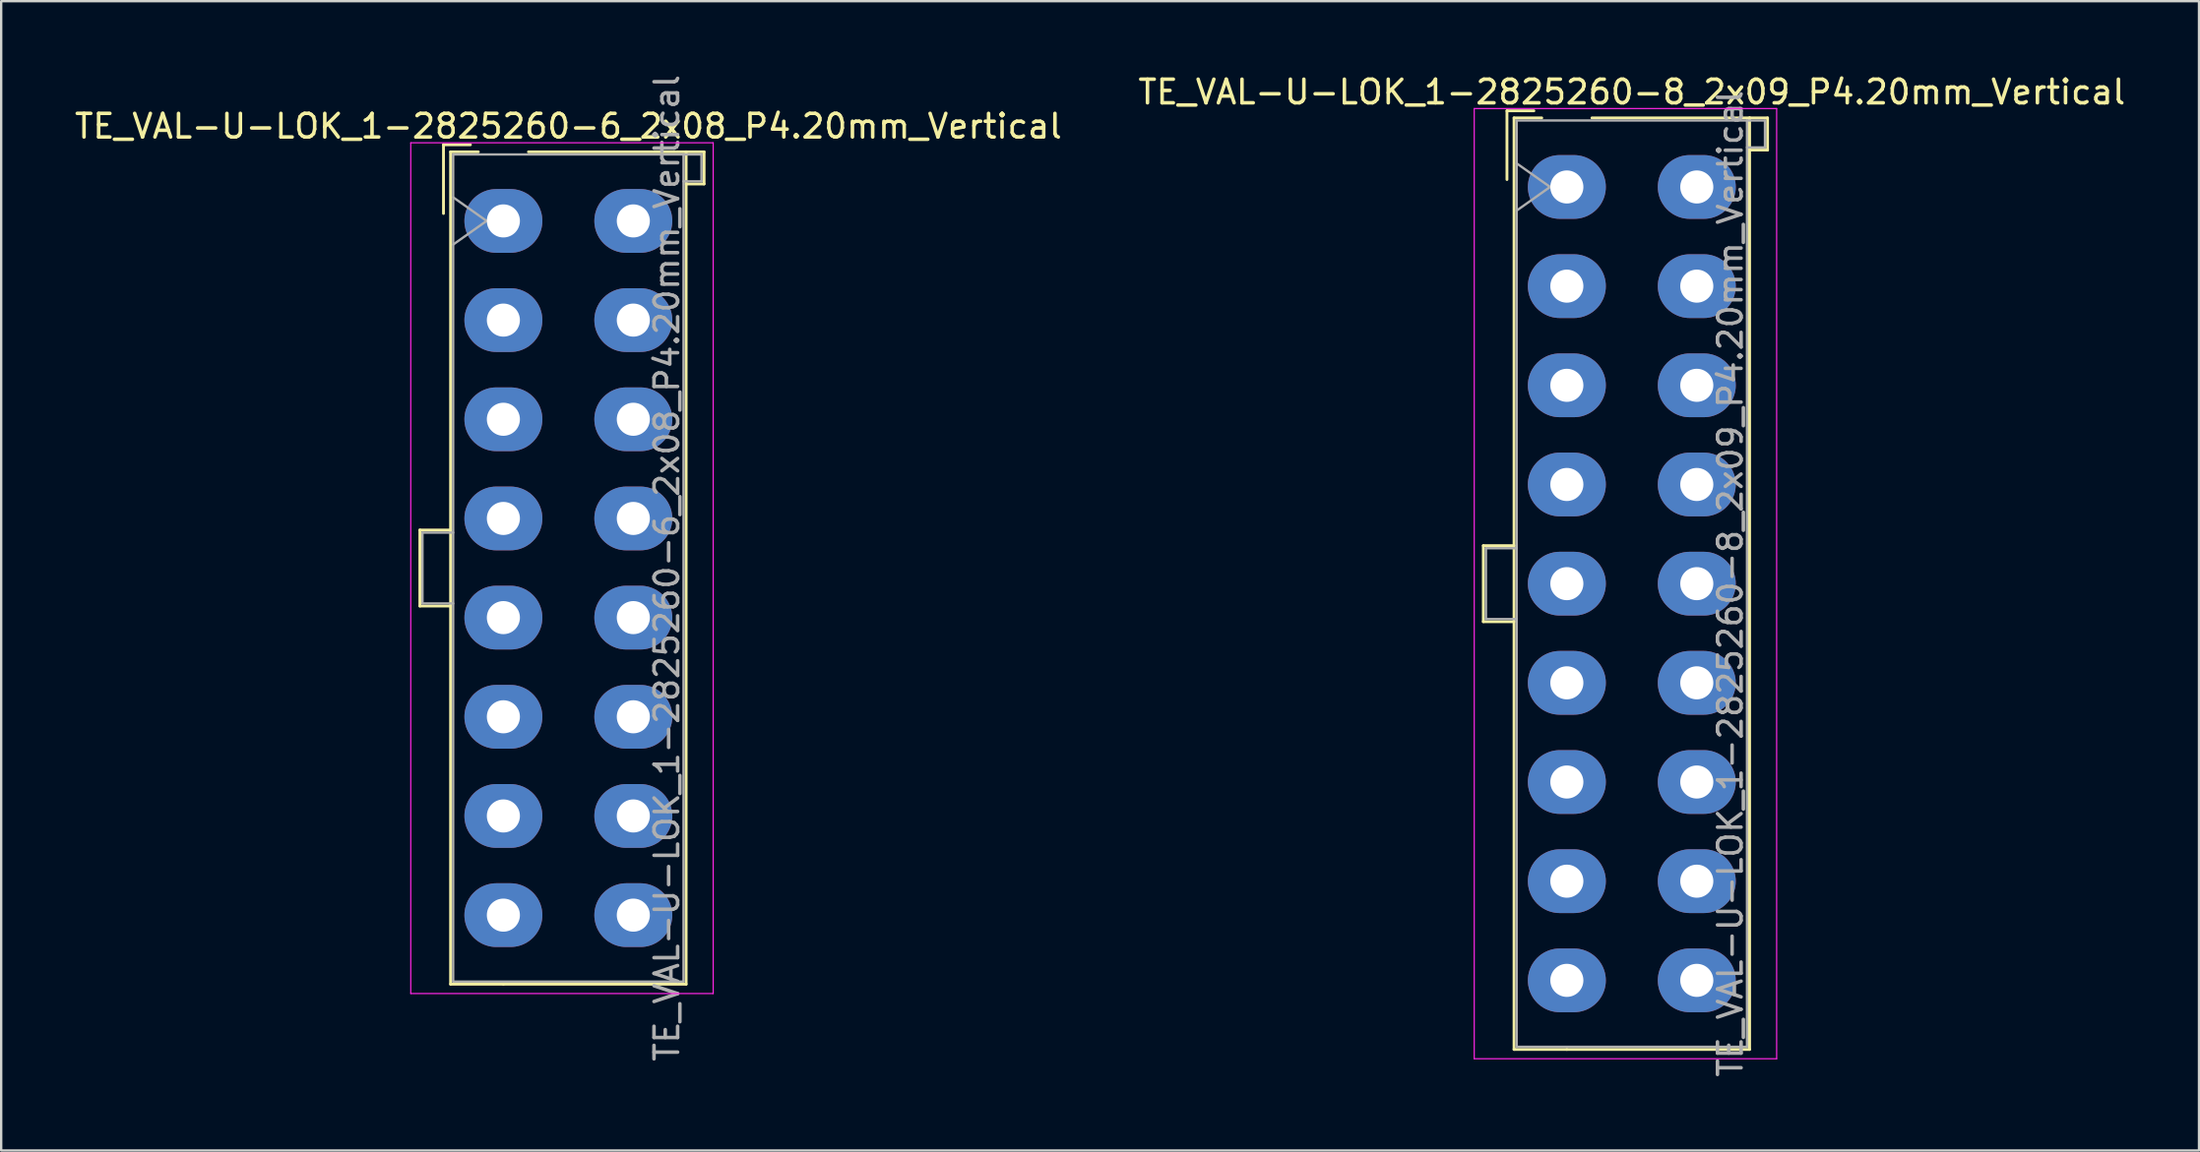
<source format=kicad_pcb>
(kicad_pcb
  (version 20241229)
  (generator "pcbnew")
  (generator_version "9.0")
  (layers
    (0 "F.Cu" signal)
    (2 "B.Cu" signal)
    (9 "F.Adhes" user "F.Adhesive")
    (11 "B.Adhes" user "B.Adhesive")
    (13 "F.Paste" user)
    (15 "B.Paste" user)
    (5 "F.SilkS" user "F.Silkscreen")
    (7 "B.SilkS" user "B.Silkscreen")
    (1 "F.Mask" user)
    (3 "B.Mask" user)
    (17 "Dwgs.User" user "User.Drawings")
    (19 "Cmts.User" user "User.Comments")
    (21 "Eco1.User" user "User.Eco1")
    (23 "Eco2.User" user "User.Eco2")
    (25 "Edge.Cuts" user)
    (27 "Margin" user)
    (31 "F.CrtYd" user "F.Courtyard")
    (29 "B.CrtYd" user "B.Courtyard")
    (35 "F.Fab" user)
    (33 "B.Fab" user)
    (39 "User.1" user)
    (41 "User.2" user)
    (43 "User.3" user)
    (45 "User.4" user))
  (footprint "TE_VAL-U-LOK_1-2825260-6_2x08_P4.20mm_Vertical"
    (layer "F.Cu")
    (at 18.256 6.306)
    (property "Reference" "TE_VAL-U-LOK_1-2825260-6_2x08_P4.20mm_Vertical" (at 2.75 -4.01 0) (layer "F.SilkS") (effects (font (size 1 1) (thickness 0.15))))
    (attr through_hole)
    (fp_line (start -3.535 13.09) (end -3.535 16.31) (stroke (width 0.12) (type solid)) (layer "F.SilkS"))
    (fp_line (start -3.535 16.31) (end -2.235 16.31) (stroke (width 0.12) (type solid)) (layer "F.SilkS"))
    (fp_line (start -2.535 -3.225) (end -2.535 -0.315) (stroke (width 0.12) (type solid)) (layer "F.SilkS"))
    (fp_line (start -2.235 -2.925) (end -2.235 32.325) (stroke (width 0.12) (type solid)) (layer "F.SilkS"))
    (fp_line (start -2.235 13.09) (end -3.535 13.09) (stroke (width 0.12) (type solid)) (layer "F.SilkS"))
    (fp_line (start -2.235 32.325) (end 0 32.325) (stroke (width 0.12) (type solid)) (layer "F.SilkS"))
    (fp_line (start -1.395 -3.225) (end -2.535 -3.225) (stroke (width 0.12) (type solid)) (layer "F.SilkS"))
    (fp_line (start -1.062 -2.925) (end -2.235 -2.925) (stroke (width 0.12) (type solid)) (layer "F.SilkS"))
    (fp_line (start 1.062 -2.925) (end 7.735 -2.925) (stroke (width 0.12) (type solid)) (layer "F.SilkS"))
    (fp_line (start 7.735 -2.925) (end 7.735 32.325) (stroke (width 0.12) (type solid)) (layer "F.SilkS"))
    (fp_line (start 7.735 -2.925) (end 8.495 -2.925) (stroke (width 0.12) (type solid)) (layer "F.SilkS"))
    (fp_line (start 7.735 32.325) (end 0 32.325) (stroke (width 0.12) (type solid)) (layer "F.SilkS"))
    (fp_line (start 8.495 -2.925) (end 8.495 -1.565) (stroke (width 0.12) (type solid)) (layer "F.SilkS"))
    (fp_line (start 8.495 -1.565) (end 7.735 -1.565) (stroke (width 0.12) (type solid)) (layer "F.SilkS"))
    (fp_line (start -3.92 -3.31) (end -3.92 32.72) (stroke (width 0.05) (type solid)) (layer "F.CrtYd"))
    (fp_line (start -3.92 32.72) (end 8.88 32.72) (stroke (width 0.05) (type solid)) (layer "F.CrtYd"))
    (fp_line (start 8.88 -3.31) (end -3.92 -3.31) (stroke (width 0.05) (type solid)) (layer "F.CrtYd"))
    (fp_line (start 8.88 32.72) (end 8.88 -3.31) (stroke (width 0.05) (type solid)) (layer "F.CrtYd"))
    (fp_line (start -3.425 13.2) (end -3.425 16.2) (stroke (width 0.1) (type solid)) (layer "F.Fab"))
    (fp_line (start -3.425 16.2) (end -2.125 16.2) (stroke (width 0.1) (type solid)) (layer "F.Fab"))
    (fp_line (start -2.125 -2.815) (end -2.125 32.215) (stroke (width 0.1) (type solid)) (layer "F.Fab"))
    (fp_line (start -2.125 -1) (end -0.711 0) (stroke (width 0.1) (type solid)) (layer "F.Fab"))
    (fp_line (start -2.125 13.2) (end -3.425 13.2) (stroke (width 0.1) (type solid)) (layer "F.Fab"))
    (fp_line (start -2.125 32.215) (end 7.625 32.215) (stroke (width 0.1) (type solid)) (layer "F.Fab"))
    (fp_line (start -0.711 0) (end -2.125 1) (stroke (width 0.1) (type solid)) (layer "F.Fab"))
    (fp_line (start 7.625 -2.815) (end -2.125 -2.815) (stroke (width 0.1) (type solid)) (layer "F.Fab"))
    (fp_line (start 7.625 -2.815) (end 8.385 -2.815) (stroke (width 0.1) (type solid)) (layer "F.Fab"))
    (fp_line (start 7.625 32.215) (end 7.625 -2.815) (stroke (width 0.1) (type solid)) (layer "F.Fab"))
    (fp_line (start 8.385 -2.815) (end 8.385 -1.675) (stroke (width 0.1) (type solid)) (layer "F.Fab"))
    (fp_line (start 8.385 -1.675) (end 7.625 -1.675) (stroke (width 0.1) (type solid)) (layer "F.Fab"))
    (fp_text user "${REFERENCE}" (at 6.92 14.7 90) (layer "F.Fab") (effects (font (size 1 1) (thickness 0.15))))
    (pad "1" thru_hole oval (at 0 0) (size 3.3 2.7) (drill 1.4) (layers "*.Cu" "*.Mask"))
    (pad "2" thru_hole oval (at 5.5 0) (size 3.3 2.7) (drill 1.4) (layers "*.Cu" "*.Mask"))
    (pad "3" thru_hole oval (at 0 4.2) (size 3.3 2.7) (drill 1.4) (layers "*.Cu" "*.Mask"))
    (pad "4" thru_hole oval (at 5.5 4.2) (size 3.3 2.7) (drill 1.4) (layers "*.Cu" "*.Mask"))
    (pad "5" thru_hole oval (at 0 8.4) (size 3.3 2.7) (drill 1.4) (layers "*.Cu" "*.Mask"))
    (pad "6" thru_hole oval (at 5.5 8.4) (size 3.3 2.7) (drill 1.4) (layers "*.Cu" "*.Mask"))
    (pad "7" thru_hole oval (at 0 12.6) (size 3.3 2.7) (drill 1.4) (layers "*.Cu" "*.Mask"))
    (pad "8" thru_hole oval (at 5.5 12.6) (size 3.3 2.7) (drill 1.4) (layers "*.Cu" "*.Mask"))
    (pad "9" thru_hole oval (at 0 16.8) (size 3.3 2.7) (drill 1.4) (layers "*.Cu" "*.Mask"))
    (pad "10" thru_hole oval (at 5.5 16.8) (size 3.3 2.7) (drill 1.4) (layers "*.Cu" "*.Mask"))
    (pad "11" thru_hole oval (at 0 21) (size 3.3 2.7) (drill 1.4) (layers "*.Cu" "*.Mask"))
    (pad "12" thru_hole oval (at 5.5 21) (size 3.3 2.7) (drill 1.4) (layers "*.Cu" "*.Mask"))
    (pad "13" thru_hole oval (at 0 25.2) (size 3.3 2.7) (drill 1.4) (layers "*.Cu" "*.Mask"))
    (pad "14" thru_hole oval (at 5.5 25.2) (size 3.3 2.7) (drill 1.4) (layers "*.Cu" "*.Mask"))
    (pad "15" thru_hole oval (at 0 29.4) (size 3.3 2.7) (drill 1.4) (layers "*.Cu" "*.Mask"))
    (pad "16" thru_hole oval (at 5.5 29.4) (size 3.3 2.7) (drill 1.4) (layers "*.Cu" "*.Mask")))
  (footprint "TE_VAL-U-LOK_1-2825260-8_2x09_P4.20mm_Vertical"
    (layer "F.Cu")
    (at 63.268 4.868)
    (property "Reference" "TE_VAL-U-LOK_1-2825260-8_2x09_P4.20mm_Vertical" (at 2.75 -4.02 0) (layer "F.SilkS") (effects (font (size 1 1) (thickness 0.15))))
    (attr through_hole)
    (fp_line (start -3.535 15.19) (end -3.535 18.41) (stroke (width 0.12) (type solid)) (layer "F.SilkS"))
    (fp_line (start -3.535 18.41) (end -2.235 18.41) (stroke (width 0.12) (type solid)) (layer "F.SilkS"))
    (fp_line (start -2.535 -3.225) (end -2.535 -0.315) (stroke (width 0.12) (type solid)) (layer "F.SilkS"))
    (fp_line (start -2.235 -2.925) (end -2.235 36.525) (stroke (width 0.12) (type solid)) (layer "F.SilkS"))
    (fp_line (start -2.235 15.19) (end -3.535 15.19) (stroke (width 0.12) (type solid)) (layer "F.SilkS"))
    (fp_line (start -2.235 36.525) (end 0 36.525) (stroke (width 0.12) (type solid)) (layer "F.SilkS"))
    (fp_line (start -1.395 -3.225) (end -2.535 -3.225) (stroke (width 0.12) (type solid)) (layer "F.SilkS"))
    (fp_line (start -1.062 -2.925) (end -2.235 -2.925) (stroke (width 0.12) (type solid)) (layer "F.SilkS"))
    (fp_line (start 1.062 -2.925) (end 7.735 -2.925) (stroke (width 0.12) (type solid)) (layer "F.SilkS"))
    (fp_line (start 7.735 -2.925) (end 7.735 36.525) (stroke (width 0.12) (type solid)) (layer "F.SilkS"))
    (fp_line (start 7.735 -2.925) (end 8.495 -2.925) (stroke (width 0.12) (type solid)) (layer "F.SilkS"))
    (fp_line (start 7.735 36.525) (end 0 36.525) (stroke (width 0.12) (type solid)) (layer "F.SilkS"))
    (fp_line (start 8.495 -2.925) (end 8.495 -1.565) (stroke (width 0.12) (type solid)) (layer "F.SilkS"))
    (fp_line (start 8.495 -1.565) (end 7.735 -1.565) (stroke (width 0.12) (type solid)) (layer "F.SilkS"))
    (fp_line (start -3.92 -3.32) (end -3.92 36.92) (stroke (width 0.05) (type solid)) (layer "F.CrtYd"))
    (fp_line (start -3.92 36.92) (end 8.88 36.92) (stroke (width 0.05) (type solid)) (layer "F.CrtYd"))
    (fp_line (start 8.88 -3.32) (end -3.92 -3.32) (stroke (width 0.05) (type solid)) (layer "F.CrtYd"))
    (fp_line (start 8.88 36.92) (end 8.88 -3.32) (stroke (width 0.05) (type solid)) (layer "F.CrtYd"))
    (fp_line (start -3.425 15.3) (end -3.425 18.3) (stroke (width 0.1) (type solid)) (layer "F.Fab"))
    (fp_line (start -3.425 18.3) (end -2.125 18.3) (stroke (width 0.1) (type solid)) (layer "F.Fab"))
    (fp_line (start -2.125 -2.815) (end -2.125 36.415) (stroke (width 0.1) (type solid)) (layer "F.Fab"))
    (fp_line (start -2.125 -1) (end -0.711 0) (stroke (width 0.1) (type solid)) (layer "F.Fab"))
    (fp_line (start -2.125 15.3) (end -3.425 15.3) (stroke (width 0.1) (type solid)) (layer "F.Fab"))
    (fp_line (start -2.125 36.415) (end 7.625 36.415) (stroke (width 0.1) (type solid)) (layer "F.Fab"))
    (fp_line (start -0.711 0) (end -2.125 1) (stroke (width 0.1) (type solid)) (layer "F.Fab"))
    (fp_line (start 7.625 -2.815) (end -2.125 -2.815) (stroke (width 0.1) (type solid)) (layer "F.Fab"))
    (fp_line (start 7.625 -2.815) (end 8.385 -2.815) (stroke (width 0.1) (type solid)) (layer "F.Fab"))
    (fp_line (start 7.625 36.415) (end 7.625 -2.815) (stroke (width 0.1) (type solid)) (layer "F.Fab"))
    (fp_line (start 8.385 -2.815) (end 8.385 -1.675) (stroke (width 0.1) (type solid)) (layer "F.Fab"))
    (fp_line (start 8.385 -1.675) (end 7.625 -1.675) (stroke (width 0.1) (type solid)) (layer "F.Fab"))
    (fp_text user "${REFERENCE}" (at 6.92 16.8 90) (layer "F.Fab") (effects (font (size 1 1) (thickness 0.15))))
    (pad "1" thru_hole oval (at 0 0) (size 3.3 2.7) (drill 1.4) (layers "*.Cu" "*.Mask"))
    (pad "2" thru_hole oval (at 5.5 0) (size 3.3 2.7) (drill 1.4) (layers "*.Cu" "*.Mask"))
    (pad "3" thru_hole oval (at 0 4.2) (size 3.3 2.7) (drill 1.4) (layers "*.Cu" "*.Mask"))
    (pad "4" thru_hole oval (at 5.5 4.2) (size 3.3 2.7) (drill 1.4) (layers "*.Cu" "*.Mask"))
    (pad "5" thru_hole oval (at 0 8.4) (size 3.3 2.7) (drill 1.4) (layers "*.Cu" "*.Mask"))
    (pad "6" thru_hole oval (at 5.5 8.4) (size 3.3 2.7) (drill 1.4) (layers "*.Cu" "*.Mask"))
    (pad "7" thru_hole oval (at 0 12.6) (size 3.3 2.7) (drill 1.4) (layers "*.Cu" "*.Mask"))
    (pad "8" thru_hole oval (at 5.5 12.6) (size 3.3 2.7) (drill 1.4) (layers "*.Cu" "*.Mask"))
    (pad "9" thru_hole oval (at 0 16.8) (size 3.3 2.7) (drill 1.4) (layers "*.Cu" "*.Mask"))
    (pad "10" thru_hole oval (at 5.5 16.8) (size 3.3 2.7) (drill 1.4) (layers "*.Cu" "*.Mask"))
    (pad "11" thru_hole oval (at 0 21) (size 3.3 2.7) (drill 1.4) (layers "*.Cu" "*.Mask"))
    (pad "12" thru_hole oval (at 5.5 21) (size 3.3 2.7) (drill 1.4) (layers "*.Cu" "*.Mask"))
    (pad "13" thru_hole oval (at 0 25.2) (size 3.3 2.7) (drill 1.4) (layers "*.Cu" "*.Mask"))
    (pad "14" thru_hole oval (at 5.5 25.2) (size 3.3 2.7) (drill 1.4) (layers "*.Cu" "*.Mask"))
    (pad "15" thru_hole oval (at 0 29.4) (size 3.3 2.7) (drill 1.4) (layers "*.Cu" "*.Mask"))
    (pad "16" thru_hole oval (at 5.5 29.4) (size 3.3 2.7) (drill 1.4) (layers "*.Cu" "*.Mask"))
    (pad "17" thru_hole oval (at 0 33.6) (size 3.3 2.7) (drill 1.4) (layers "*.Cu" "*.Mask"))
    (pad "18" thru_hole oval (at 5.5 33.6) (size 3.3 2.7) (drill 1.4) (layers "*.Cu" "*.Mask")))
  (gr_rect
    (start -3 -3)
    (end 90.024 45.674)
    (stroke (width 0.1) (type default))
    (fill no)
    (layer "Edge.Cuts")))
</source>
